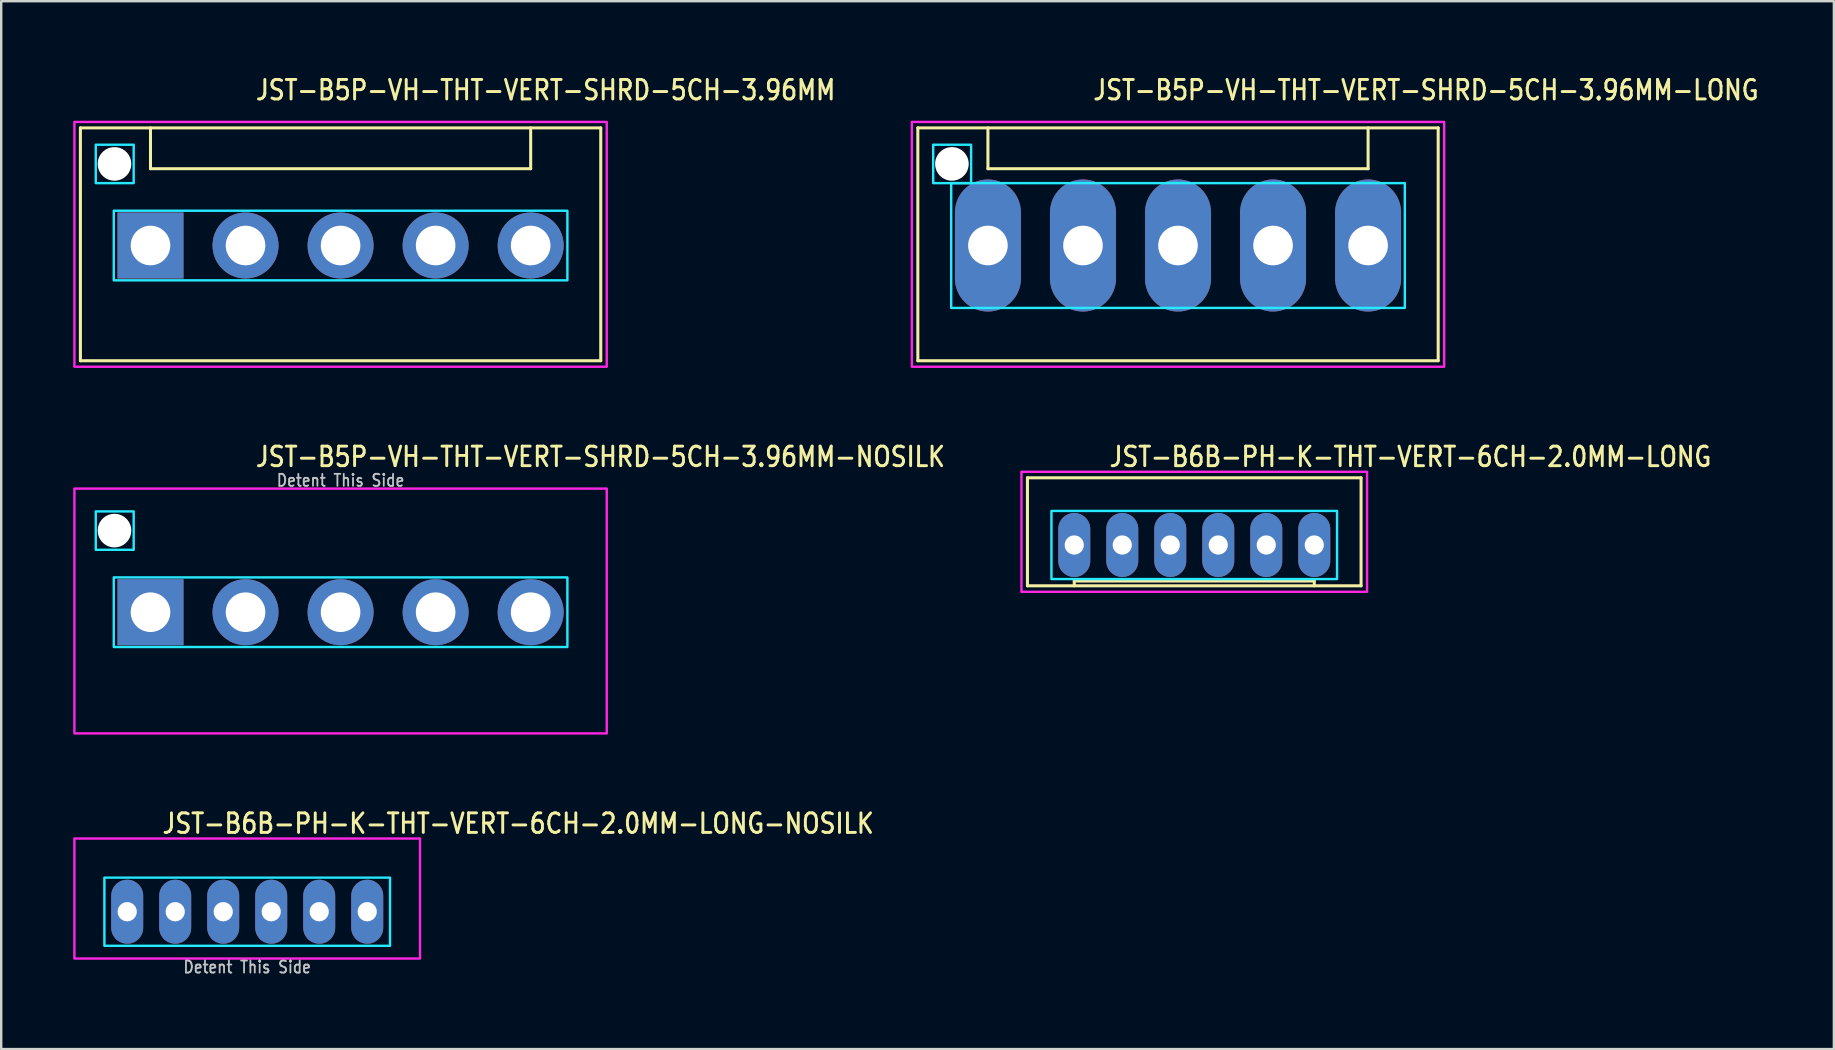
<source format=kicad_pcb>
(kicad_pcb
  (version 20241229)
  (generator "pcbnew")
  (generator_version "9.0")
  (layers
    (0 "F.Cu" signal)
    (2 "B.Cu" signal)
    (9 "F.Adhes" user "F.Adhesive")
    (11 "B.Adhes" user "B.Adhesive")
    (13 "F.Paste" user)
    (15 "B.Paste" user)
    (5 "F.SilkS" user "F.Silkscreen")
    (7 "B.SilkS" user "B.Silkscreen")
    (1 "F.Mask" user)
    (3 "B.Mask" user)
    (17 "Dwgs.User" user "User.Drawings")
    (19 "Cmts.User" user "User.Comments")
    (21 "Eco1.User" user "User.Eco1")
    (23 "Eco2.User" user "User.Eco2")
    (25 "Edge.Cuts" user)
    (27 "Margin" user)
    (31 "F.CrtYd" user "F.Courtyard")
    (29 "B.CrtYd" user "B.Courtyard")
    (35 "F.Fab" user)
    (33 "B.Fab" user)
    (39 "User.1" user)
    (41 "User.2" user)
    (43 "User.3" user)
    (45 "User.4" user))
  (footprint "JST-B6B-PH-K-THT-VERT-6CH-2.0MM-LONG"
    (layer "F.Cu")
    (at 46.708 19.657)
    (property "Reference" "JST-B6B-PH-K-THT-VERT-6CH-2.0MM-LONG" (at -3.6 -3.2 0) (unlocked yes) (layer "F.SilkS") (effects (font (size 0.813 0.695) (thickness 0.122)) (justify left bottom)))
    (fp_line (start -6.95 -2.8) (end -6.95 1.7) (stroke (width 0.127) (type solid)) (layer "F.SilkS"))
    (fp_line (start -6.95 -2.8) (end 6.95 -2.8) (stroke (width 0.127) (type solid)) (layer "F.SilkS"))
    (fp_line (start -6.95 1.7) (end 6.95 1.7) (stroke (width 0.127) (type solid)) (layer "F.SilkS"))
    (fp_line (start -5 1.7) (end -5 1.5) (stroke (width 0.127) (type solid)) (layer "F.SilkS"))
    (fp_line (start 5 1.5) (end -5 1.5) (stroke (width 0.127) (type solid)) (layer "F.SilkS"))
    (fp_line (start 5 1.7) (end 5 1.5) (stroke (width 0.127) (type solid)) (layer "F.SilkS"))
    (fp_line (start 6.95 1.7) (end 6.95 -2.8) (stroke (width 0.127) (type solid)) (layer "F.SilkS"))
    (fp_poly (pts (xy -5.95 -1.42) (xy -5.95 1.42) (xy 5.95 1.42) (xy 5.95 -1.42)) (stroke (width 0.1) (type solid)) (fill no) (layer "B.CrtYd"))
    (fp_poly (pts (xy -7.2 1.95) (xy -7.2 -3.05) (xy 7.2 -3.05) (xy 7.2 1.95)) (stroke (width 0.1) (type solid)) (fill no) (layer "F.CrtYd"))
    (pad "P$1" thru_hole oval (at 5 0 90) (size 2.667 1.333) (drill 0.8) (layers "*.Cu" "*.Mask"))
    (pad "P$2" thru_hole oval (at 3 0 90) (size 2.667 1.333) (drill 0.8) (layers "*.Cu" "*.Mask"))
    (pad "P$3" thru_hole oval (at 1 0 90) (size 2.667 1.333) (drill 0.8) (layers "*.Cu" "*.Mask"))
    (pad "P$4" thru_hole oval (at -1 0 90) (size 2.667 1.333) (drill 0.8) (layers "*.Cu" "*.Mask"))
    (pad "P$5" thru_hole oval (at -3 0 90) (size 2.667 1.333) (drill 0.8) (layers "*.Cu" "*.Mask"))
    (pad "P$6" thru_hole oval (at -5 0 90) (size 2.667 1.333) (drill 0.8) (layers "*.Cu" "*.Mask")))
  (footprint "JST-B5P-VH-THT-VERT-SHRD-5CH-3.96MM-LONG"
    (layer "F.Cu")
    (at 46.031 7.179)
    (property "Reference" "JST-B5P-VH-THT-VERT-SHRD-5CH-3.96MM-LONG" (at -3.6 -6 0) (unlocked yes) (layer "F.SilkS") (effects (font (size 0.813 0.695) (thickness 0.122)) (justify left bottom)))
    (fp_line (start -10.84 -4.9) (end 10.84 -4.9) (stroke (width 0.127) (type solid)) (layer "F.SilkS"))
    (fp_line (start -10.84 4.8) (end -10.84 -4.9) (stroke (width 0.127) (type solid)) (layer "F.SilkS"))
    (fp_line (start -10.84 4.8) (end 10.84 4.8) (stroke (width 0.127) (type solid)) (layer "F.SilkS"))
    (fp_line (start -7.92 -4.9) (end -7.92 -3.2) (stroke (width 0.127) (type solid)) (layer "F.SilkS"))
    (fp_line (start -7.92 -3.2) (end 7.92 -3.2) (stroke (width 0.127) (type solid)) (layer "F.SilkS"))
    (fp_line (start 7.92 -4.9) (end 7.92 -3.2) (stroke (width 0.127) (type solid)) (layer "F.SilkS"))
    (fp_line (start 10.84 -4.9) (end 10.84 4.8) (stroke (width 0.127) (type solid)) (layer "F.SilkS"))
    (fp_poly (pts (xy -9.45 -2.6) (xy -9.45 2.6) (xy 9.45 2.6) (xy 9.45 -2.6)) (stroke (width 0.1) (type solid)) (fill no) (layer "B.CrtYd"))
    (fp_poly (pts (xy -8.62 -4.2) (xy -8.62 -2.6) (xy -10.2 -2.6) (xy -10.2 -4.2)) (stroke (width 0.1) (type solid)) (fill no) (layer "B.CrtYd"))
    (fp_poly (pts (xy -11.09 -5.15) (xy -11.09 5.05) (xy 11.09 5.05) (xy 11.09 -5.15)) (stroke (width 0.1) (type solid)) (fill no) (layer "F.CrtYd"))
    (pad "" np_thru_hole circle (at -9.42 -3.4) (size 1.4 1.4) (drill 1.4) (layers "*.Cu" "*.Mask"))
    (pad "P$1" thru_hole oval (at -7.92 0 90) (size 5.5 2.75) (drill 1.65) (layers "*.Cu" "*.Mask"))
    (pad "P$2" thru_hole oval (at -3.96 0 90) (size 5.5 2.75) (drill 1.65) (layers "*.Cu" "*.Mask"))
    (pad "P$3" thru_hole oval (at 0 0 90) (size 5.5 2.75) (drill 1.65) (layers "*.Cu" "*.Mask"))
    (pad "P$4" thru_hole oval (at 3.96 0 90) (size 5.5 2.75) (drill 1.65) (layers "*.Cu" "*.Mask"))
    (pad "P$5" thru_hole oval (at 7.92 0 90) (size 5.5 2.75) (drill 1.65) (layers "*.Cu" "*.Mask")))
  (footprint "JST-B6B-PH-K-THT-VERT-6CH-2.0MM-LONG-NOSILK"
    (layer "F.Cu")
    (at 7.25 34.936)
    (property "Reference" "JST-B6B-PH-K-THT-VERT-6CH-2.0MM-LONG-NOSILK" (at -3.6 -3.2 0) (unlocked yes) (layer "F.SilkS") (effects (font (size 0.813 0.695) (thickness 0.122)) (justify left bottom)))
    (fp_poly (pts (xy -5.95 -1.42) (xy -5.95 1.42) (xy 5.95 1.42) (xy 5.95 -1.42)) (stroke (width 0.1) (type solid)) (fill no) (layer "B.CrtYd"))
    (fp_poly (pts (xy -7.2 1.95) (xy -7.2 -3.05) (xy 7.2 -3.05) (xy 7.2 1.95)) (stroke (width 0.1) (type solid)) (fill no) (layer "F.CrtYd"))
    (fp_text user "Detent This Side" (at 0 2.6 0) (unlocked yes) (layer "Dwgs.User") (effects (font (size 0.5 0.427) (thickness 0.075)) (justify bottom)))
    (pad "P$1" thru_hole oval (at 5 0 90) (size 2.667 1.333) (drill 0.8) (layers "*.Cu" "*.Mask"))
    (pad "P$2" thru_hole oval (at 3 0 90) (size 2.667 1.333) (drill 0.8) (layers "*.Cu" "*.Mask"))
    (pad "P$3" thru_hole oval (at 1 0 90) (size 2.667 1.333) (drill 0.8) (layers "*.Cu" "*.Mask"))
    (pad "P$4" thru_hole oval (at -1 0 90) (size 2.667 1.333) (drill 0.8) (layers "*.Cu" "*.Mask"))
    (pad "P$5" thru_hole oval (at -3 0 90) (size 2.667 1.333) (drill 0.8) (layers "*.Cu" "*.Mask"))
    (pad "P$6" thru_hole oval (at -5 0 90) (size 2.667 1.333) (drill 0.8) (layers "*.Cu" "*.Mask")))
  (footprint "JST-B5P-VH-THT-VERT-SHRD-5CH-3.96MM-NOSILK"
    (layer "F.Cu")
    (at 11.14 22.457)
    (property "Reference" "JST-B5P-VH-THT-VERT-SHRD-5CH-3.96MM-NOSILK" (at -3.6 -6 0) (unlocked yes) (layer "F.SilkS") (effects (font (size 0.813 0.695) (thickness 0.122)) (justify left bottom)))
    (fp_poly (pts (xy -9.45 -1.45) (xy -9.45 1.45) (xy 9.45 1.45) (xy 9.45 -1.45)) (stroke (width 0.1) (type solid)) (fill no) (layer "B.CrtYd"))
    (fp_poly (pts (xy -8.62 -4.2) (xy -8.62 -2.6) (xy -10.2 -2.6) (xy -10.2 -4.2)) (stroke (width 0.1) (type solid)) (fill no) (layer "B.CrtYd"))
    (fp_poly (pts (xy -11.09 -5.15) (xy -11.09 5.05) (xy 11.09 5.05) (xy 11.09 -5.15)) (stroke (width 0.1) (type solid)) (fill no) (layer "F.CrtYd"))
    (fp_text user "Detent This Side" (at 0 -5.2 0) (unlocked yes) (layer "Dwgs.User") (effects (font (size 0.5 0.427) (thickness 0.075)) (justify bottom)))
    (pad "" np_thru_hole circle (at -9.42 -3.4) (size 1.4 1.4) (drill 1.4) (layers "*.Cu" "*.Mask"))
    (pad "P$1" thru_hole rect (at -7.92 0) (size 2.75 2.75) (drill 1.65) (layers "*.Cu" "*.Mask"))
    (pad "P$2" thru_hole oval (at -3.96 0) (size 2.75 2.75) (drill 1.65) (layers "*.Cu" "*.Mask"))
    (pad "P$3" thru_hole oval (at 0 0) (size 2.75 2.75) (drill 1.65) (layers "*.Cu" "*.Mask"))
    (pad "P$4" thru_hole oval (at 3.96 0) (size 2.75 2.75) (drill 1.65) (layers "*.Cu" "*.Mask"))
    (pad "P$5" thru_hole oval (at 7.92 0) (size 2.75 2.75) (drill 1.65) (layers "*.Cu" "*.Mask")))
  (footprint "JST-B5P-VH-THT-VERT-SHRD-5CH-3.96MM"
    (layer "F.Cu")
    (at 11.14 7.179)
    (property "Reference" "JST-B5P-VH-THT-VERT-SHRD-5CH-3.96MM" (at -3.6 -6 0) (unlocked yes) (layer "F.SilkS") (effects (font (size 0.813 0.695) (thickness 0.122)) (justify left bottom)))
    (fp_line (start -10.84 -4.9) (end 10.84 -4.9) (stroke (width 0.127) (type solid)) (layer "F.SilkS"))
    (fp_line (start -10.84 4.8) (end -10.84 -4.9) (stroke (width 0.127) (type solid)) (layer "F.SilkS"))
    (fp_line (start -10.84 4.8) (end 10.84 4.8) (stroke (width 0.127) (type solid)) (layer "F.SilkS"))
    (fp_line (start -7.92 -4.9) (end -7.92 -3.2) (stroke (width 0.127) (type solid)) (layer "F.SilkS"))
    (fp_line (start -7.92 -3.2) (end 7.92 -3.2) (stroke (width 0.127) (type solid)) (layer "F.SilkS"))
    (fp_line (start 7.92 -4.9) (end 7.92 -3.2) (stroke (width 0.127) (type solid)) (layer "F.SilkS"))
    (fp_line (start 10.84 -4.9) (end 10.84 4.8) (stroke (width 0.127) (type solid)) (layer "F.SilkS"))
    (fp_poly (pts (xy -9.45 -1.45) (xy -9.45 1.45) (xy 9.45 1.45) (xy 9.45 -1.45)) (stroke (width 0.1) (type solid)) (fill no) (layer "B.CrtYd"))
    (fp_poly (pts (xy -8.62 -4.2) (xy -8.62 -2.6) (xy -10.2 -2.6) (xy -10.2 -4.2)) (stroke (width 0.1) (type solid)) (fill no) (layer "B.CrtYd"))
    (fp_poly (pts (xy -11.09 -5.15) (xy -11.09 5.05) (xy 11.09 5.05) (xy 11.09 -5.15)) (stroke (width 0.1) (type solid)) (fill no) (layer "F.CrtYd"))
    (pad "" np_thru_hole circle (at -9.42 -3.4) (size 1.4 1.4) (drill 1.4) (layers "*.Cu" "*.Mask"))
    (pad "P$1" thru_hole rect (at -7.92 0) (size 2.75 2.75) (drill 1.65) (layers "*.Cu" "*.Mask"))
    (pad "P$2" thru_hole oval (at -3.96 0) (size 2.75 2.75) (drill 1.65) (layers "*.Cu" "*.Mask"))
    (pad "P$3" thru_hole oval (at 0 0) (size 2.75 2.75) (drill 1.65) (layers "*.Cu" "*.Mask"))
    (pad "P$4" thru_hole oval (at 3.96 0) (size 2.75 2.75) (drill 1.65) (layers "*.Cu" "*.Mask"))
    (pad "P$5" thru_hole oval (at 7.92 0) (size 2.75 2.75) (drill 1.65) (layers "*.Cu" "*.Mask")))
  (gr_rect
    (start -3 -3)
    (end 73.357 40.659)
    (stroke (width 0.1) (type default))
    (fill no)
    (layer "Edge.Cuts")))
</source>
